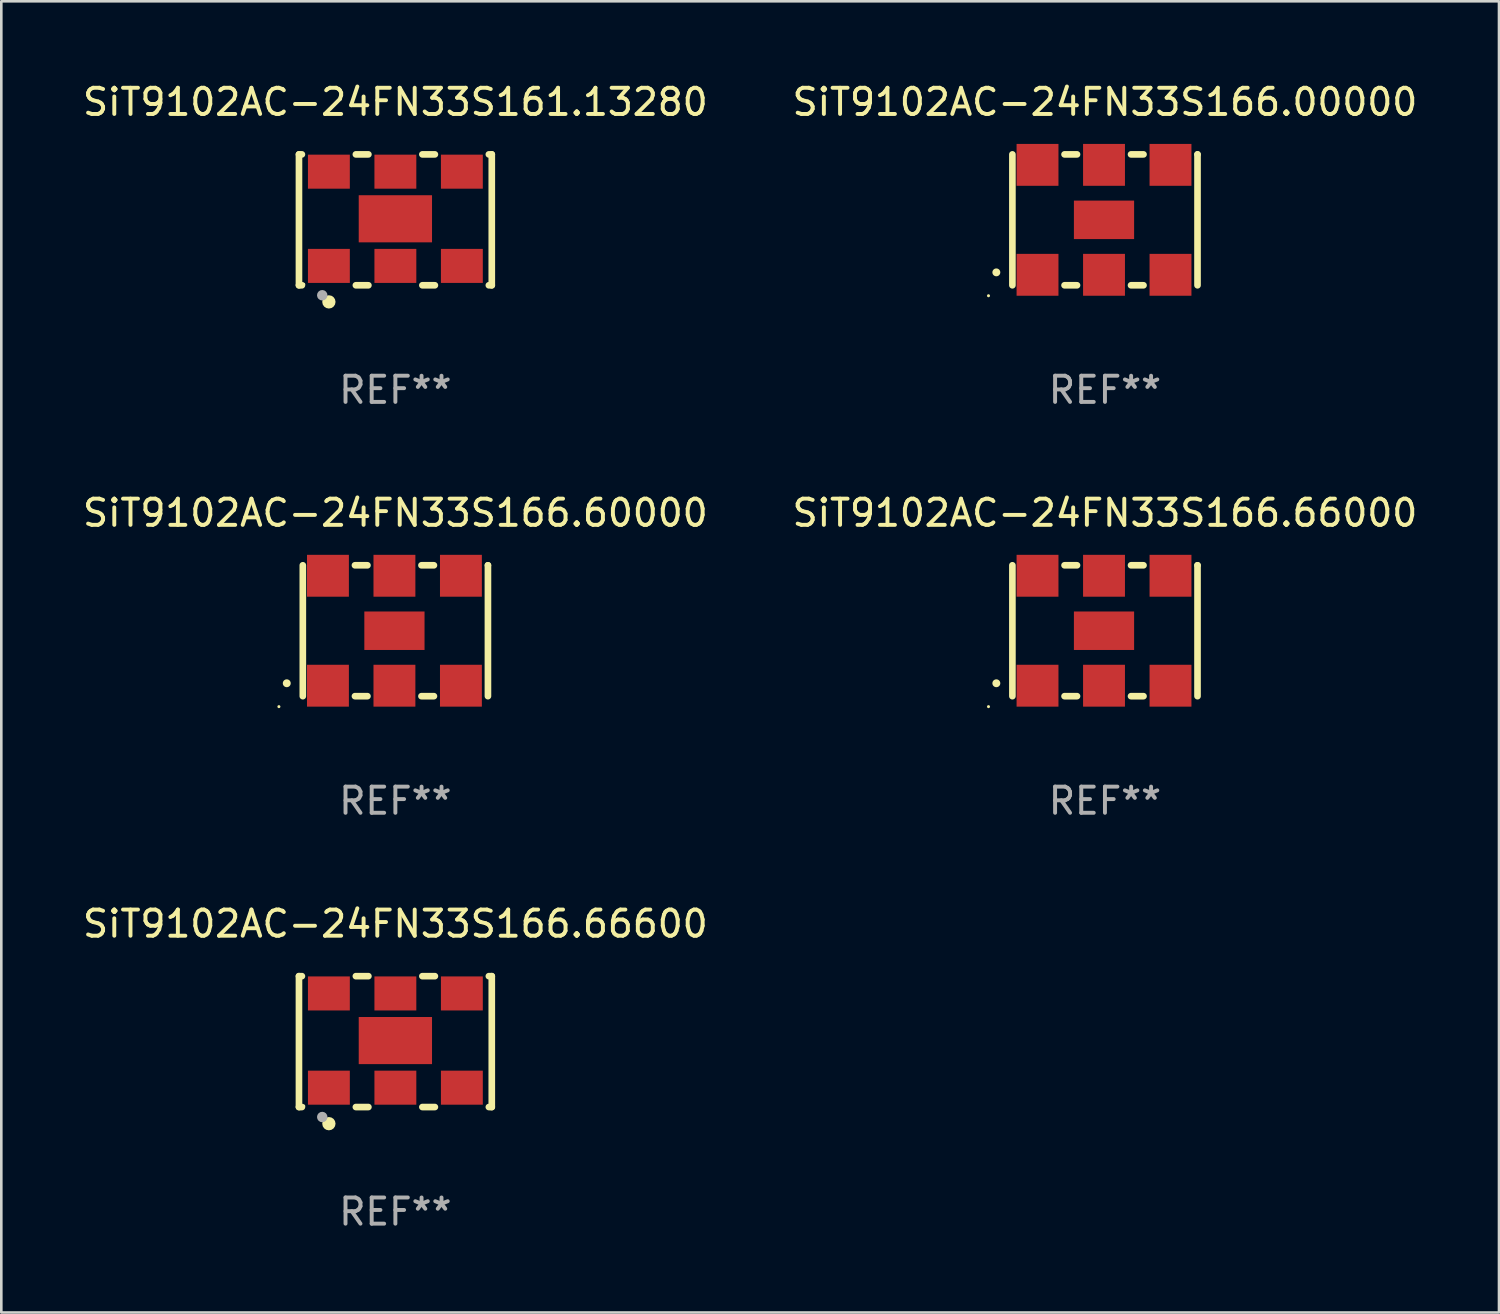
<source format=kicad_pcb>
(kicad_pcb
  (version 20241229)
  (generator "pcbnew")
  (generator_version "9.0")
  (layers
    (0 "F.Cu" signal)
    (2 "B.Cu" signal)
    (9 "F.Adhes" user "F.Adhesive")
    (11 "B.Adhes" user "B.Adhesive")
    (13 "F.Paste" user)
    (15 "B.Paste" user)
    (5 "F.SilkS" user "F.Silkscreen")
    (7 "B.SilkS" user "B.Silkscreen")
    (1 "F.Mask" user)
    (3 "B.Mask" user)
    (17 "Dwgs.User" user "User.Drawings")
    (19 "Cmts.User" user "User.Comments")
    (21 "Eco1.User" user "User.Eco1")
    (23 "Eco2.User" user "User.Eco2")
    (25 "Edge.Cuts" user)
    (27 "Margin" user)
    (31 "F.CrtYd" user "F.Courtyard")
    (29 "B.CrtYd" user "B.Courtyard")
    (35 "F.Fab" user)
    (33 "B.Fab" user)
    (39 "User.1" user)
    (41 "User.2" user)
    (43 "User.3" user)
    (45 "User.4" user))
  (footprint "SiT9102AC-24FN33S166.66000"
    (layer "F.Cu")
    (at 39.161 21.045)
    (property "Reference" "SiT9102AC-24FN33S166.66000" (at 0 -4.5 0) (layer "F.SilkS") (effects (font (size 1 1) (thickness 0.15))))
    (attr through_hole)
    (fp_line (start -3.536 -2.5) (end -3.536 2.5) (stroke (width 0.254) (type solid)) (layer "F.SilkS"))
    (fp_line (start -1.544 2.5) (end -1.067 2.5) (stroke (width 0.254) (type solid)) (layer "F.SilkS"))
    (fp_line (start -1.067 -2.5) (end -1.544 -2.5) (stroke (width 0.254) (type solid)) (layer "F.SilkS"))
    (fp_line (start 0.996 2.5) (end 1.473 2.5) (stroke (width 0.254) (type solid)) (layer "F.SilkS"))
    (fp_line (start 1.473 -2.5) (end 0.996 -2.5) (stroke (width 0.254) (type solid)) (layer "F.SilkS"))
    (fp_line (start 3.536 -2.5) (end 3.536 -2.5) (stroke (width 0.254) (type solid)) (layer "F.SilkS"))
    (fp_line (start 3.536 2.5) (end 3.536 -2.5) (stroke (width 0.254) (type solid)) (layer "F.SilkS"))
    (fp_arc (start -4.150432 2.006604) (mid -4.149162 2.006599) (end -4.147892 2.006604) (stroke (width 0.3) (type solid)) (layer "F.SilkS"))
    (fp_circle (center -4.449 2.9) (end -4.419 2.9) (stroke (width 0.06) (type solid)) (fill no) (layer "F.SilkS"))
    (fp_text user "REF**" (at 0 6.5 0) (layer "F.Fab") (effects (font (size 1 1) (thickness 0.15))))
    (pad "1" smd rect (at -2.576 2.1) (size 1.6 1.6) (layers "F.Cu" "F.Mask" "F.Paste"))
    (pad "2" smd rect (at -0.036 2.1) (size 1.6 1.6) (layers "F.Cu" "F.Mask" "F.Paste"))
    (pad "3" smd rect (at 2.504 2.1) (size 1.6 1.6) (layers "F.Cu" "F.Mask" "F.Paste"))
    (pad "4" smd rect (at 2.504 -2.1) (size 1.6 1.6) (layers "F.Cu" "F.Mask" "F.Paste"))
    (pad "5" smd rect (at -0.036 -2.1) (size 1.6 1.6) (layers "F.Cu" "F.Mask" "F.Paste"))
    (pad "6" smd rect (at -2.576 -2.1) (size 1.6 1.6) (layers "F.Cu" "F.Mask" "F.Paste"))
    (pad "7" smd rect (at -0.036 0) (size 2.3 1.47) (layers "F.Cu" "F.Mask" "F.Paste")))
  (footprint "SiT9102AC-24FN33S166.00000"
    (layer "F.Cu")
    (at 39.161 5.348)
    (property "Reference" "SiT9102AC-24FN33S166.00000" (at 0 -4.5 0) (layer "F.SilkS") (effects (font (size 1 1) (thickness 0.15))))
    (attr through_hole)
    (fp_line (start -3.536 -2.5) (end -3.536 2.5) (stroke (width 0.254) (type solid)) (layer "F.SilkS"))
    (fp_line (start -1.544 2.5) (end -1.067 2.5) (stroke (width 0.254) (type solid)) (layer "F.SilkS"))
    (fp_line (start -1.067 -2.5) (end -1.544 -2.5) (stroke (width 0.254) (type solid)) (layer "F.SilkS"))
    (fp_line (start 0.996 2.5) (end 1.473 2.5) (stroke (width 0.254) (type solid)) (layer "F.SilkS"))
    (fp_line (start 1.473 -2.5) (end 0.996 -2.5) (stroke (width 0.254) (type solid)) (layer "F.SilkS"))
    (fp_line (start 3.536 -2.5) (end 3.536 -2.5) (stroke (width 0.254) (type solid)) (layer "F.SilkS"))
    (fp_line (start 3.536 2.5) (end 3.536 -2.5) (stroke (width 0.254) (type solid)) (layer "F.SilkS"))
    (fp_arc (start -4.150432 2.006604) (mid -4.149162 2.006599) (end -4.147892 2.006604) (stroke (width 0.3) (type solid)) (layer "F.SilkS"))
    (fp_circle (center -4.449 2.9) (end -4.419 2.9) (stroke (width 0.06) (type solid)) (fill no) (layer "F.SilkS"))
    (fp_text user "REF**" (at 0 6.5 0) (layer "F.Fab") (effects (font (size 1 1) (thickness 0.15))))
    (pad "1" smd rect (at -2.576 2.1) (size 1.6 1.6) (layers "F.Cu" "F.Mask" "F.Paste"))
    (pad "2" smd rect (at -0.036 2.1) (size 1.6 1.6) (layers "F.Cu" "F.Mask" "F.Paste"))
    (pad "3" smd rect (at 2.504 2.1) (size 1.6 1.6) (layers "F.Cu" "F.Mask" "F.Paste"))
    (pad "4" smd rect (at 2.504 -2.1) (size 1.6 1.6) (layers "F.Cu" "F.Mask" "F.Paste"))
    (pad "5" smd rect (at -0.036 -2.1) (size 1.6 1.6) (layers "F.Cu" "F.Mask" "F.Paste"))
    (pad "6" smd rect (at -2.576 -2.1) (size 1.6 1.6) (layers "F.Cu" "F.Mask" "F.Paste"))
    (pad "7" smd rect (at -0.036 0) (size 2.3 1.47) (layers "F.Cu" "F.Mask" "F.Paste")))
  (footprint "SiT9102AC-24FN33S166.66600"
    (layer "F.Cu")
    (at 12.054 36.741)
    (property "Reference" "SiT9102AC-24FN33S166.66600" (at 0 -4.5 0) (layer "F.SilkS") (effects (font (size 1 1) (thickness 0.15))))
    (attr through_hole)
    (fp_line (start -3.683 -2.5) (end -3.571 -2.5) (stroke (width 0.254) (type solid)) (layer "F.SilkS"))
    (fp_line (start -3.683 2.5) (end -3.683 -2.5) (stroke (width 0.254) (type solid)) (layer "F.SilkS"))
    (fp_line (start -3.683 2.5) (end -3.571 2.5) (stroke (width 0.254) (type solid)) (layer "F.SilkS"))
    (fp_line (start -1.509 -2.5) (end -1.031 -2.5) (stroke (width 0.254) (type solid)) (layer "F.SilkS"))
    (fp_line (start -1.509 2.5) (end -1.031 2.5) (stroke (width 0.254) (type solid)) (layer "F.SilkS"))
    (fp_line (start 1.031 -2.5) (end 1.509 -2.5) (stroke (width 0.254) (type solid)) (layer "F.SilkS"))
    (fp_line (start 1.031 2.5) (end 1.509 2.5) (stroke (width 0.254) (type solid)) (layer "F.SilkS"))
    (fp_line (start 3.571 -2.5) (end 3.683 -2.5) (stroke (width 0.254) (type solid)) (layer "F.SilkS"))
    (fp_line (start 3.571 2.5) (end 3.683 2.5) (stroke (width 0.254) (type solid)) (layer "F.SilkS"))
    (fp_line (start 3.683 2.5) (end 3.683 -2.5) (stroke (width 0.254) (type solid)) (layer "F.SilkS"))
    (fp_circle (center -3.5 2.46) (end -3.47 2.46) (stroke (width 0.06) (type solid)) (fill no) (layer "F.SilkS"))
    (fp_circle (center -2.54 3.135) (end -2.413 3.135) (stroke (width 0.254) (type solid)) (fill no) (layer "F.SilkS"))
    (fp_circle (center -2.794 2.881) (end -2.694 2.881) (stroke (width 0.2) (type solid)) (fill no) (layer "F.Fab"))
    (fp_text user "REF**" (at 0 6.5 0) (layer "F.Fab") (effects (font (size 1 1) (thickness 0.15))))
    (pad "1" smd rect (at -2.54 1.76) (size 1.6 1.3) (layers "F.Cu" "F.Mask" "F.Paste"))
    (pad "2" smd rect (at 0 1.76) (size 1.6 1.3) (layers "F.Cu" "F.Mask" "F.Paste"))
    (pad "3" smd rect (at 2.54 1.76) (size 1.6 1.3) (layers "F.Cu" "F.Mask" "F.Paste"))
    (pad "4" smd rect (at 2.54 -1.84) (size 1.6 1.3) (layers "F.Cu" "F.Mask" "F.Paste"))
    (pad "5" smd rect (at 0 -1.84) (size 1.6 1.3) (layers "F.Cu" "F.Mask" "F.Paste"))
    (pad "6" smd rect (at -2.54 -1.84) (size 1.6 1.3) (layers "F.Cu" "F.Mask" "F.Paste"))
    (pad "7" smd rect (at 0 -0.04) (size 2.8 1.8) (layers "F.Cu" "F.Mask" "F.Paste")))
  (footprint "SiT9102AC-24FN33S166.60000"
    (layer "F.Cu")
    (at 12.054 21.045)
    (property "Reference" "SiT9102AC-24FN33S166.60000" (at 0 -4.5 0) (layer "F.SilkS") (effects (font (size 1 1) (thickness 0.15))))
    (attr through_hole)
    (fp_line (start -3.536 -2.5) (end -3.536 2.5) (stroke (width 0.254) (type solid)) (layer "F.SilkS"))
    (fp_line (start -1.544 2.5) (end -1.067 2.5) (stroke (width 0.254) (type solid)) (layer "F.SilkS"))
    (fp_line (start -1.067 -2.5) (end -1.544 -2.5) (stroke (width 0.254) (type solid)) (layer "F.SilkS"))
    (fp_line (start 0.996 2.5) (end 1.473 2.5) (stroke (width 0.254) (type solid)) (layer "F.SilkS"))
    (fp_line (start 1.473 -2.5) (end 0.996 -2.5) (stroke (width 0.254) (type solid)) (layer "F.SilkS"))
    (fp_line (start 3.536 -2.5) (end 3.536 -2.5) (stroke (width 0.254) (type solid)) (layer "F.SilkS"))
    (fp_line (start 3.536 2.5) (end 3.536 -2.5) (stroke (width 0.254) (type solid)) (layer "F.SilkS"))
    (fp_arc (start -4.150432 2.006604) (mid -4.149162 2.006599) (end -4.147892 2.006604) (stroke (width 0.3) (type solid)) (layer "F.SilkS"))
    (fp_circle (center -4.449 2.9) (end -4.419 2.9) (stroke (width 0.06) (type solid)) (fill no) (layer "F.SilkS"))
    (fp_text user "REF**" (at 0 6.5 0) (layer "F.Fab") (effects (font (size 1 1) (thickness 0.15))))
    (pad "1" smd rect (at -2.576 2.1) (size 1.6 1.6) (layers "F.Cu" "F.Mask" "F.Paste"))
    (pad "2" smd rect (at -0.036 2.1) (size 1.6 1.6) (layers "F.Cu" "F.Mask" "F.Paste"))
    (pad "3" smd rect (at 2.504 2.1) (size 1.6 1.6) (layers "F.Cu" "F.Mask" "F.Paste"))
    (pad "4" smd rect (at 2.504 -2.1) (size 1.6 1.6) (layers "F.Cu" "F.Mask" "F.Paste"))
    (pad "5" smd rect (at -0.036 -2.1) (size 1.6 1.6) (layers "F.Cu" "F.Mask" "F.Paste"))
    (pad "6" smd rect (at -2.576 -2.1) (size 1.6 1.6) (layers "F.Cu" "F.Mask" "F.Paste"))
    (pad "7" smd rect (at -0.036 0) (size 2.3 1.47) (layers "F.Cu" "F.Mask" "F.Paste")))
  (footprint "SiT9102AC-24FN33S161.13280"
    (layer "F.Cu")
    (at 12.054 5.348)
    (property "Reference" "SiT9102AC-24FN33S161.13280" (at 0 -4.5 0) (layer "F.SilkS") (effects (font (size 1 1) (thickness 0.15))))
    (attr through_hole)
    (fp_line (start -3.683 -2.5) (end -3.571 -2.5) (stroke (width 0.254) (type solid)) (layer "F.SilkS"))
    (fp_line (start -3.683 2.5) (end -3.683 -2.5) (stroke (width 0.254) (type solid)) (layer "F.SilkS"))
    (fp_line (start -3.683 2.5) (end -3.571 2.5) (stroke (width 0.254) (type solid)) (layer "F.SilkS"))
    (fp_line (start -1.509 -2.5) (end -1.031 -2.5) (stroke (width 0.254) (type solid)) (layer "F.SilkS"))
    (fp_line (start -1.509 2.5) (end -1.031 2.5) (stroke (width 0.254) (type solid)) (layer "F.SilkS"))
    (fp_line (start 1.031 -2.5) (end 1.509 -2.5) (stroke (width 0.254) (type solid)) (layer "F.SilkS"))
    (fp_line (start 1.031 2.5) (end 1.509 2.5) (stroke (width 0.254) (type solid)) (layer "F.SilkS"))
    (fp_line (start 3.571 -2.5) (end 3.683 -2.5) (stroke (width 0.254) (type solid)) (layer "F.SilkS"))
    (fp_line (start 3.571 2.5) (end 3.683 2.5) (stroke (width 0.254) (type solid)) (layer "F.SilkS"))
    (fp_line (start 3.683 2.5) (end 3.683 -2.5) (stroke (width 0.254) (type solid)) (layer "F.SilkS"))
    (fp_circle (center -3.5 2.46) (end -3.47 2.46) (stroke (width 0.06) (type solid)) (fill no) (layer "F.SilkS"))
    (fp_circle (center -2.54 3.135) (end -2.413 3.135) (stroke (width 0.254) (type solid)) (fill no) (layer "F.SilkS"))
    (fp_circle (center -2.794 2.881) (end -2.694 2.881) (stroke (width 0.2) (type solid)) (fill no) (layer "F.Fab"))
    (fp_text user "REF**" (at 0 6.5 0) (layer "F.Fab") (effects (font (size 1 1) (thickness 0.15))))
    (pad "1" smd rect (at -2.54 1.76) (size 1.6 1.3) (layers "F.Cu" "F.Mask" "F.Paste"))
    (pad "2" smd rect (at 0 1.76) (size 1.6 1.3) (layers "F.Cu" "F.Mask" "F.Paste"))
    (pad "3" smd rect (at 2.54 1.76) (size 1.6 1.3) (layers "F.Cu" "F.Mask" "F.Paste"))
    (pad "4" smd rect (at 2.54 -1.84) (size 1.6 1.3) (layers "F.Cu" "F.Mask" "F.Paste"))
    (pad "5" smd rect (at 0 -1.84) (size 1.6 1.3) (layers "F.Cu" "F.Mask" "F.Paste"))
    (pad "6" smd rect (at -2.54 -1.84) (size 1.6 1.3) (layers "F.Cu" "F.Mask" "F.Paste"))
    (pad "7" smd rect (at 0 -0.04) (size 2.8 1.8) (layers "F.Cu" "F.Mask" "F.Paste")))
  (gr_rect
    (start -3 -3)
    (end 54.214 47.09)
    (stroke (width 0.1) (type default))
    (fill no)
    (layer "Edge.Cuts")))
</source>
